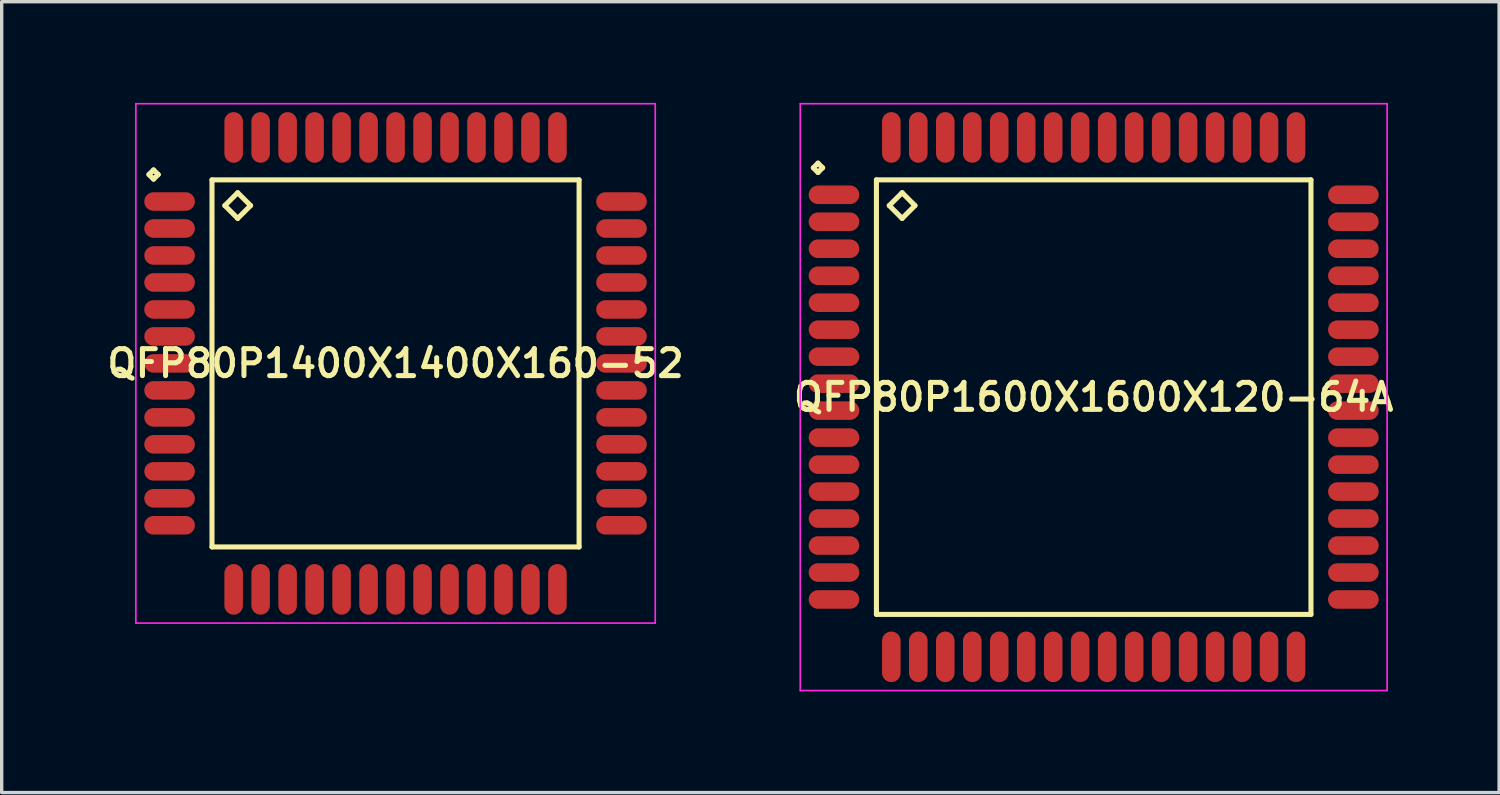
<source format=kicad_pcb>
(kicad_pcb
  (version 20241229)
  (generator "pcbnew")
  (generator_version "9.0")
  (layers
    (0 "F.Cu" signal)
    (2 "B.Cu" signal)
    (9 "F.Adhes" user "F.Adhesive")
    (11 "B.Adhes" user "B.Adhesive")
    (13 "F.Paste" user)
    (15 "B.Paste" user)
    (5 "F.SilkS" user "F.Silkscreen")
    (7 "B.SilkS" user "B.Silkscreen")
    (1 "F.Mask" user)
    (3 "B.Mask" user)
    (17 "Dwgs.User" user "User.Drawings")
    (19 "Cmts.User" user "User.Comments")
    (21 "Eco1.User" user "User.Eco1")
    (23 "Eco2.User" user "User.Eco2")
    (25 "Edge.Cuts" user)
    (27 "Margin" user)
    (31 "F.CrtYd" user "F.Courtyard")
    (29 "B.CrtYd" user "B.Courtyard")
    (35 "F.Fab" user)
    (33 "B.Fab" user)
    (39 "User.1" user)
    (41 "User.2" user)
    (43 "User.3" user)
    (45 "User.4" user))
  (footprint "QFP80P1400X1400X160-52"
    (layer "F.Cu")
    (at 8.678 7.725)
    (property "Reference" "QFP80P1400X1400X160-52" (at 0 0 0) (layer "F.SilkS") (effects (font (size 0.8 0.8) (thickness 0.15))))
    (attr smd)
    (fp_line (start -7.312 -5.6) (end -7.175 -5.737) (stroke (width 0.15) (type solid)) (layer "F.SilkS"))
    (fp_line (start -7.175 -5.737) (end -7.037 -5.6) (stroke (width 0.15) (type solid)) (layer "F.SilkS"))
    (fp_line (start -7.175 -5.463) (end -7.312 -5.6) (stroke (width 0.15) (type solid)) (layer "F.SilkS"))
    (fp_line (start -7.037 -5.6) (end -7.175 -5.463) (stroke (width 0.15) (type solid)) (layer "F.SilkS"))
    (fp_line (start -5.442 -5.442) (end -5.442 5.442) (stroke (width 0.15) (type solid)) (layer "F.SilkS"))
    (fp_line (start -5.442 5.442) (end 5.442 5.442) (stroke (width 0.15) (type solid)) (layer "F.SilkS"))
    (fp_line (start -5.061 -4.68) (end -4.68 -5.061) (stroke (width 0.15) (type solid)) (layer "F.SilkS"))
    (fp_line (start -4.68 -5.061) (end -4.299 -4.68) (stroke (width 0.15) (type solid)) (layer "F.SilkS"))
    (fp_line (start -4.68 -4.299) (end -5.061 -4.68) (stroke (width 0.15) (type solid)) (layer "F.SilkS"))
    (fp_line (start -4.299 -4.68) (end -4.68 -4.299) (stroke (width 0.15) (type solid)) (layer "F.SilkS"))
    (fp_line (start 5.442 -5.442) (end -5.442 -5.442) (stroke (width 0.15) (type solid)) (layer "F.SilkS"))
    (fp_line (start 5.442 5.442) (end 5.442 -5.442) (stroke (width 0.15) (type solid)) (layer "F.SilkS"))
    (fp_line (start -7.7 -7.7) (end 7.7 -7.7) (stroke (width 0.05) (type solid)) (layer "F.CrtYd"))
    (fp_line (start -7.7 7.7) (end -7.7 -7.7) (stroke (width 0.05) (type solid)) (layer "F.CrtYd"))
    (fp_line (start 7.7 -7.7) (end 7.7 7.7) (stroke (width 0.05) (type solid)) (layer "F.CrtYd"))
    (fp_line (start 7.7 7.7) (end -7.7 7.7) (stroke (width 0.05) (type solid)) (layer "F.CrtYd"))
    (pad "1" smd oval (at -6.7 -4.8) (size 1.5 0.55) (layers "F.Cu" "F.Mask" "F.Paste"))
    (pad "2" smd oval (at -6.7 -4) (size 1.5 0.55) (layers "F.Cu" "F.Mask" "F.Paste"))
    (pad "3" smd oval (at -6.7 -3.2) (size 1.5 0.55) (layers "F.Cu" "F.Mask" "F.Paste"))
    (pad "4" smd oval (at -6.7 -2.4) (size 1.5 0.55) (layers "F.Cu" "F.Mask" "F.Paste"))
    (pad "5" smd oval (at -6.7 -1.6) (size 1.5 0.55) (layers "F.Cu" "F.Mask" "F.Paste"))
    (pad "6" smd oval (at -6.7 -0.8) (size 1.5 0.55) (layers "F.Cu" "F.Mask" "F.Paste"))
    (pad "7" smd oval (at -6.7 0) (size 1.5 0.55) (layers "F.Cu" "F.Mask" "F.Paste"))
    (pad "8" smd oval (at -6.7 0.8) (size 1.5 0.55) (layers "F.Cu" "F.Mask" "F.Paste"))
    (pad "9" smd oval (at -6.7 1.6) (size 1.5 0.55) (layers "F.Cu" "F.Mask" "F.Paste"))
    (pad "10" smd oval (at -6.7 2.4) (size 1.5 0.55) (layers "F.Cu" "F.Mask" "F.Paste"))
    (pad "11" smd oval (at -6.7 3.2) (size 1.5 0.55) (layers "F.Cu" "F.Mask" "F.Paste"))
    (pad "12" smd oval (at -6.7 4) (size 1.5 0.55) (layers "F.Cu" "F.Mask" "F.Paste"))
    (pad "13" smd oval (at -6.7 4.8) (size 1.5 0.55) (layers "F.Cu" "F.Mask" "F.Paste"))
    (pad "14" smd oval (at -4.8 6.7) (size 0.55 1.5) (layers "F.Cu" "F.Mask" "F.Paste"))
    (pad "15" smd oval (at -4 6.7) (size 0.55 1.5) (layers "F.Cu" "F.Mask" "F.Paste"))
    (pad "16" smd oval (at -3.2 6.7) (size 0.55 1.5) (layers "F.Cu" "F.Mask" "F.Paste"))
    (pad "17" smd oval (at -2.4 6.7) (size 0.55 1.5) (layers "F.Cu" "F.Mask" "F.Paste"))
    (pad "18" smd oval (at -1.6 6.7) (size 0.55 1.5) (layers "F.Cu" "F.Mask" "F.Paste"))
    (pad "19" smd oval (at -0.8 6.7) (size 0.55 1.5) (layers "F.Cu" "F.Mask" "F.Paste"))
    (pad "20" smd oval (at 0 6.7) (size 0.55 1.5) (layers "F.Cu" "F.Mask" "F.Paste"))
    (pad "21" smd oval (at 0.8 6.7) (size 0.55 1.5) (layers "F.Cu" "F.Mask" "F.Paste"))
    (pad "22" smd oval (at 1.6 6.7) (size 0.55 1.5) (layers "F.Cu" "F.Mask" "F.Paste"))
    (pad "23" smd oval (at 2.4 6.7) (size 0.55 1.5) (layers "F.Cu" "F.Mask" "F.Paste"))
    (pad "24" smd oval (at 3.2 6.7) (size 0.55 1.5) (layers "F.Cu" "F.Mask" "F.Paste"))
    (pad "25" smd oval (at 4 6.7) (size 0.55 1.5) (layers "F.Cu" "F.Mask" "F.Paste"))
    (pad "26" smd oval (at 4.8 6.7) (size 0.55 1.5) (layers "F.Cu" "F.Mask" "F.Paste"))
    (pad "27" smd oval (at 6.7 4.8) (size 1.5 0.55) (layers "F.Cu" "F.Mask" "F.Paste"))
    (pad "28" smd oval (at 6.7 4) (size 1.5 0.55) (layers "F.Cu" "F.Mask" "F.Paste"))
    (pad "29" smd oval (at 6.7 3.2) (size 1.5 0.55) (layers "F.Cu" "F.Mask" "F.Paste"))
    (pad "30" smd oval (at 6.7 2.4) (size 1.5 0.55) (layers "F.Cu" "F.Mask" "F.Paste"))
    (pad "31" smd oval (at 6.7 1.6) (size 1.5 0.55) (layers "F.Cu" "F.Mask" "F.Paste"))
    (pad "32" smd oval (at 6.7 0.8) (size 1.5 0.55) (layers "F.Cu" "F.Mask" "F.Paste"))
    (pad "33" smd oval (at 6.7 0) (size 1.5 0.55) (layers "F.Cu" "F.Mask" "F.Paste"))
    (pad "34" smd oval (at 6.7 -0.8) (size 1.5 0.55) (layers "F.Cu" "F.Mask" "F.Paste"))
    (pad "35" smd oval (at 6.7 -1.6) (size 1.5 0.55) (layers "F.Cu" "F.Mask" "F.Paste"))
    (pad "36" smd oval (at 6.7 -2.4) (size 1.5 0.55) (layers "F.Cu" "F.Mask" "F.Paste"))
    (pad "37" smd oval (at 6.7 -3.2) (size 1.5 0.55) (layers "F.Cu" "F.Mask" "F.Paste"))
    (pad "38" smd oval (at 6.7 -4) (size 1.5 0.55) (layers "F.Cu" "F.Mask" "F.Paste"))
    (pad "39" smd oval (at 6.7 -4.8) (size 1.5 0.55) (layers "F.Cu" "F.Mask" "F.Paste"))
    (pad "40" smd oval (at 4.8 -6.7) (size 0.55 1.5) (layers "F.Cu" "F.Mask" "F.Paste"))
    (pad "41" smd oval (at 4 -6.7) (size 0.55 1.5) (layers "F.Cu" "F.Mask" "F.Paste"))
    (pad "42" smd oval (at 3.2 -6.7) (size 0.55 1.5) (layers "F.Cu" "F.Mask" "F.Paste"))
    (pad "43" smd oval (at 2.4 -6.7) (size 0.55 1.5) (layers "F.Cu" "F.Mask" "F.Paste"))
    (pad "44" smd oval (at 1.6 -6.7) (size 0.55 1.5) (layers "F.Cu" "F.Mask" "F.Paste"))
    (pad "45" smd oval (at 0.8 -6.7) (size 0.55 1.5) (layers "F.Cu" "F.Mask" "F.Paste"))
    (pad "46" smd oval (at 0 -6.7) (size 0.55 1.5) (layers "F.Cu" "F.Mask" "F.Paste"))
    (pad "47" smd oval (at -0.8 -6.7) (size 0.55 1.5) (layers "F.Cu" "F.Mask" "F.Paste"))
    (pad "48" smd oval (at -1.6 -6.7) (size 0.55 1.5) (layers "F.Cu" "F.Mask" "F.Paste"))
    (pad "49" smd oval (at -2.4 -6.7) (size 0.55 1.5) (layers "F.Cu" "F.Mask" "F.Paste"))
    (pad "50" smd oval (at -3.2 -6.7) (size 0.55 1.5) (layers "F.Cu" "F.Mask" "F.Paste"))
    (pad "51" smd oval (at -4 -6.7) (size 0.55 1.5) (layers "F.Cu" "F.Mask" "F.Paste"))
    (pad "52" smd oval (at -4.8 -6.7) (size 0.55 1.5) (layers "F.Cu" "F.Mask" "F.Paste")))
  (footprint "QFP80P1600X1600X120-64A"
    (layer "F.Cu")
    (at 29.378 8.725)
    (property "Reference" "QFP80P1600X1600X120-64A" (at 0 0 0) (layer "F.SilkS") (effects (font (size 0.8 0.8) (thickness 0.15))))
    (attr smd)
    (fp_line (start -8.312 -6.8) (end -8.175 -6.938) (stroke (width 0.15) (type solid)) (layer "F.SilkS"))
    (fp_line (start -8.175 -6.938) (end -8.037 -6.8) (stroke (width 0.15) (type solid)) (layer "F.SilkS"))
    (fp_line (start -8.175 -6.662) (end -8.312 -6.8) (stroke (width 0.15) (type solid)) (layer "F.SilkS"))
    (fp_line (start -8.037 -6.8) (end -8.175 -6.662) (stroke (width 0.15) (type solid)) (layer "F.SilkS"))
    (fp_line (start -6.442 -6.442) (end -6.442 6.442) (stroke (width 0.15) (type solid)) (layer "F.SilkS"))
    (fp_line (start -6.442 6.442) (end 6.442 6.442) (stroke (width 0.15) (type solid)) (layer "F.SilkS"))
    (fp_line (start -6.061 -5.68) (end -5.68 -6.061) (stroke (width 0.15) (type solid)) (layer "F.SilkS"))
    (fp_line (start -5.68 -6.061) (end -5.299 -5.68) (stroke (width 0.15) (type solid)) (layer "F.SilkS"))
    (fp_line (start -5.68 -5.299) (end -6.061 -5.68) (stroke (width 0.15) (type solid)) (layer "F.SilkS"))
    (fp_line (start -5.299 -5.68) (end -5.68 -5.299) (stroke (width 0.15) (type solid)) (layer "F.SilkS"))
    (fp_line (start 6.442 -6.442) (end -6.442 -6.442) (stroke (width 0.15) (type solid)) (layer "F.SilkS"))
    (fp_line (start 6.442 6.442) (end 6.442 -6.442) (stroke (width 0.15) (type solid)) (layer "F.SilkS"))
    (fp_line (start -8.7 -8.7) (end 8.7 -8.7) (stroke (width 0.05) (type solid)) (layer "F.CrtYd"))
    (fp_line (start -8.7 8.7) (end -8.7 -8.7) (stroke (width 0.05) (type solid)) (layer "F.CrtYd"))
    (fp_line (start 8.7 -8.7) (end 8.7 8.7) (stroke (width 0.05) (type solid)) (layer "F.CrtYd"))
    (fp_line (start 8.7 8.7) (end -8.7 8.7) (stroke (width 0.05) (type solid)) (layer "F.CrtYd"))
    (pad "1" smd oval (at -7.7 -6) (size 1.5 0.55) (layers "F.Cu" "F.Mask" "F.Paste"))
    (pad "2" smd oval (at -7.7 -5.2) (size 1.5 0.55) (layers "F.Cu" "F.Mask" "F.Paste"))
    (pad "3" smd oval (at -7.7 -4.4) (size 1.5 0.55) (layers "F.Cu" "F.Mask" "F.Paste"))
    (pad "4" smd oval (at -7.7 -3.6) (size 1.5 0.55) (layers "F.Cu" "F.Mask" "F.Paste"))
    (pad "5" smd oval (at -7.7 -2.8) (size 1.5 0.55) (layers "F.Cu" "F.Mask" "F.Paste"))
    (pad "6" smd oval (at -7.7 -2) (size 1.5 0.55) (layers "F.Cu" "F.Mask" "F.Paste"))
    (pad "7" smd oval (at -7.7 -1.2) (size 1.5 0.55) (layers "F.Cu" "F.Mask" "F.Paste"))
    (pad "8" smd oval (at -7.7 -0.4) (size 1.5 0.55) (layers "F.Cu" "F.Mask" "F.Paste"))
    (pad "9" smd oval (at -7.7 0.4) (size 1.5 0.55) (layers "F.Cu" "F.Mask" "F.Paste"))
    (pad "10" smd oval (at -7.7 1.2) (size 1.5 0.55) (layers "F.Cu" "F.Mask" "F.Paste"))
    (pad "11" smd oval (at -7.7 2) (size 1.5 0.55) (layers "F.Cu" "F.Mask" "F.Paste"))
    (pad "12" smd oval (at -7.7 2.8) (size 1.5 0.55) (layers "F.Cu" "F.Mask" "F.Paste"))
    (pad "13" smd oval (at -7.7 3.6) (size 1.5 0.55) (layers "F.Cu" "F.Mask" "F.Paste"))
    (pad "14" smd oval (at -7.7 4.4) (size 1.5 0.55) (layers "F.Cu" "F.Mask" "F.Paste"))
    (pad "15" smd oval (at -7.7 5.2) (size 1.5 0.55) (layers "F.Cu" "F.Mask" "F.Paste"))
    (pad "16" smd oval (at -7.7 6) (size 1.5 0.55) (layers "F.Cu" "F.Mask" "F.Paste"))
    (pad "17" smd oval (at -6 7.7) (size 0.55 1.5) (layers "F.Cu" "F.Mask" "F.Paste"))
    (pad "18" smd oval (at -5.2 7.7) (size 0.55 1.5) (layers "F.Cu" "F.Mask" "F.Paste"))
    (pad "19" smd oval (at -4.4 7.7) (size 0.55 1.5) (layers "F.Cu" "F.Mask" "F.Paste"))
    (pad "20" smd oval (at -3.6 7.7) (size 0.55 1.5) (layers "F.Cu" "F.Mask" "F.Paste"))
    (pad "21" smd oval (at -2.8 7.7) (size 0.55 1.5) (layers "F.Cu" "F.Mask" "F.Paste"))
    (pad "22" smd oval (at -2 7.7) (size 0.55 1.5) (layers "F.Cu" "F.Mask" "F.Paste"))
    (pad "23" smd oval (at -1.2 7.7) (size 0.55 1.5) (layers "F.Cu" "F.Mask" "F.Paste"))
    (pad "24" smd oval (at -0.4 7.7) (size 0.55 1.5) (layers "F.Cu" "F.Mask" "F.Paste"))
    (pad "25" smd oval (at 0.4 7.7) (size 0.55 1.5) (layers "F.Cu" "F.Mask" "F.Paste"))
    (pad "26" smd oval (at 1.2 7.7) (size 0.55 1.5) (layers "F.Cu" "F.Mask" "F.Paste"))
    (pad "27" smd oval (at 2 7.7) (size 0.55 1.5) (layers "F.Cu" "F.Mask" "F.Paste"))
    (pad "28" smd oval (at 2.8 7.7) (size 0.55 1.5) (layers "F.Cu" "F.Mask" "F.Paste"))
    (pad "29" smd oval (at 3.6 7.7) (size 0.55 1.5) (layers "F.Cu" "F.Mask" "F.Paste"))
    (pad "30" smd oval (at 4.4 7.7) (size 0.55 1.5) (layers "F.Cu" "F.Mask" "F.Paste"))
    (pad "31" smd oval (at 5.2 7.7) (size 0.55 1.5) (layers "F.Cu" "F.Mask" "F.Paste"))
    (pad "32" smd oval (at 6 7.7) (size 0.55 1.5) (layers "F.Cu" "F.Mask" "F.Paste"))
    (pad "33" smd oval (at 7.7 6) (size 1.5 0.55) (layers "F.Cu" "F.Mask" "F.Paste"))
    (pad "34" smd oval (at 7.7 5.2) (size 1.5 0.55) (layers "F.Cu" "F.Mask" "F.Paste"))
    (pad "35" smd oval (at 7.7 4.4) (size 1.5 0.55) (layers "F.Cu" "F.Mask" "F.Paste"))
    (pad "36" smd oval (at 7.7 3.6) (size 1.5 0.55) (layers "F.Cu" "F.Mask" "F.Paste"))
    (pad "37" smd oval (at 7.7 2.8) (size 1.5 0.55) (layers "F.Cu" "F.Mask" "F.Paste"))
    (pad "38" smd oval (at 7.7 2) (size 1.5 0.55) (layers "F.Cu" "F.Mask" "F.Paste"))
    (pad "39" smd oval (at 7.7 1.2) (size 1.5 0.55) (layers "F.Cu" "F.Mask" "F.Paste"))
    (pad "40" smd oval (at 7.7 0.4) (size 1.5 0.55) (layers "F.Cu" "F.Mask" "F.Paste"))
    (pad "41" smd oval (at 7.7 -0.4) (size 1.5 0.55) (layers "F.Cu" "F.Mask" "F.Paste"))
    (pad "42" smd oval (at 7.7 -1.2) (size 1.5 0.55) (layers "F.Cu" "F.Mask" "F.Paste"))
    (pad "43" smd oval (at 7.7 -2) (size 1.5 0.55) (layers "F.Cu" "F.Mask" "F.Paste"))
    (pad "44" smd oval (at 7.7 -2.8) (size 1.5 0.55) (layers "F.Cu" "F.Mask" "F.Paste"))
    (pad "45" smd oval (at 7.7 -3.6) (size 1.5 0.55) (layers "F.Cu" "F.Mask" "F.Paste"))
    (pad "46" smd oval (at 7.7 -4.4) (size 1.5 0.55) (layers "F.Cu" "F.Mask" "F.Paste"))
    (pad "47" smd oval (at 7.7 -5.2) (size 1.5 0.55) (layers "F.Cu" "F.Mask" "F.Paste"))
    (pad "48" smd oval (at 7.7 -6) (size 1.5 0.55) (layers "F.Cu" "F.Mask" "F.Paste"))
    (pad "49" smd oval (at 6 -7.7) (size 0.55 1.5) (layers "F.Cu" "F.Mask" "F.Paste"))
    (pad "50" smd oval (at 5.2 -7.7) (size 0.55 1.5) (layers "F.Cu" "F.Mask" "F.Paste"))
    (pad "51" smd oval (at 4.4 -7.7) (size 0.55 1.5) (layers "F.Cu" "F.Mask" "F.Paste"))
    (pad "52" smd oval (at 3.6 -7.7) (size 0.55 1.5) (layers "F.Cu" "F.Mask" "F.Paste"))
    (pad "53" smd oval (at 2.8 -7.7) (size 0.55 1.5) (layers "F.Cu" "F.Mask" "F.Paste"))
    (pad "54" smd oval (at 2 -7.7) (size 0.55 1.5) (layers "F.Cu" "F.Mask" "F.Paste"))
    (pad "55" smd oval (at 1.2 -7.7) (size 0.55 1.5) (layers "F.Cu" "F.Mask" "F.Paste"))
    (pad "56" smd oval (at 0.4 -7.7) (size 0.55 1.5) (layers "F.Cu" "F.Mask" "F.Paste"))
    (pad "57" smd oval (at -0.4 -7.7) (size 0.55 1.5) (layers "F.Cu" "F.Mask" "F.Paste"))
    (pad "58" smd oval (at -1.2 -7.7) (size 0.55 1.5) (layers "F.Cu" "F.Mask" "F.Paste"))
    (pad "59" smd oval (at -2 -7.7) (size 0.55 1.5) (layers "F.Cu" "F.Mask" "F.Paste"))
    (pad "60" smd oval (at -2.8 -7.7) (size 0.55 1.5) (layers "F.Cu" "F.Mask" "F.Paste"))
    (pad "61" smd oval (at -3.6 -7.7) (size 0.55 1.5) (layers "F.Cu" "F.Mask" "F.Paste"))
    (pad "62" smd oval (at -4.4 -7.7) (size 0.55 1.5) (layers "F.Cu" "F.Mask" "F.Paste"))
    (pad "63" smd oval (at -5.2 -7.7) (size 0.55 1.5) (layers "F.Cu" "F.Mask" "F.Paste"))
    (pad "64" smd oval (at -6 -7.7) (size 0.55 1.5) (layers "F.Cu" "F.Mask" "F.Paste")))
  (gr_rect
    (start -3 -3)
    (end 41.399 20.45)
    (stroke (width 0.1) (type default))
    (fill no)
    (layer "Edge.Cuts")))
</source>
